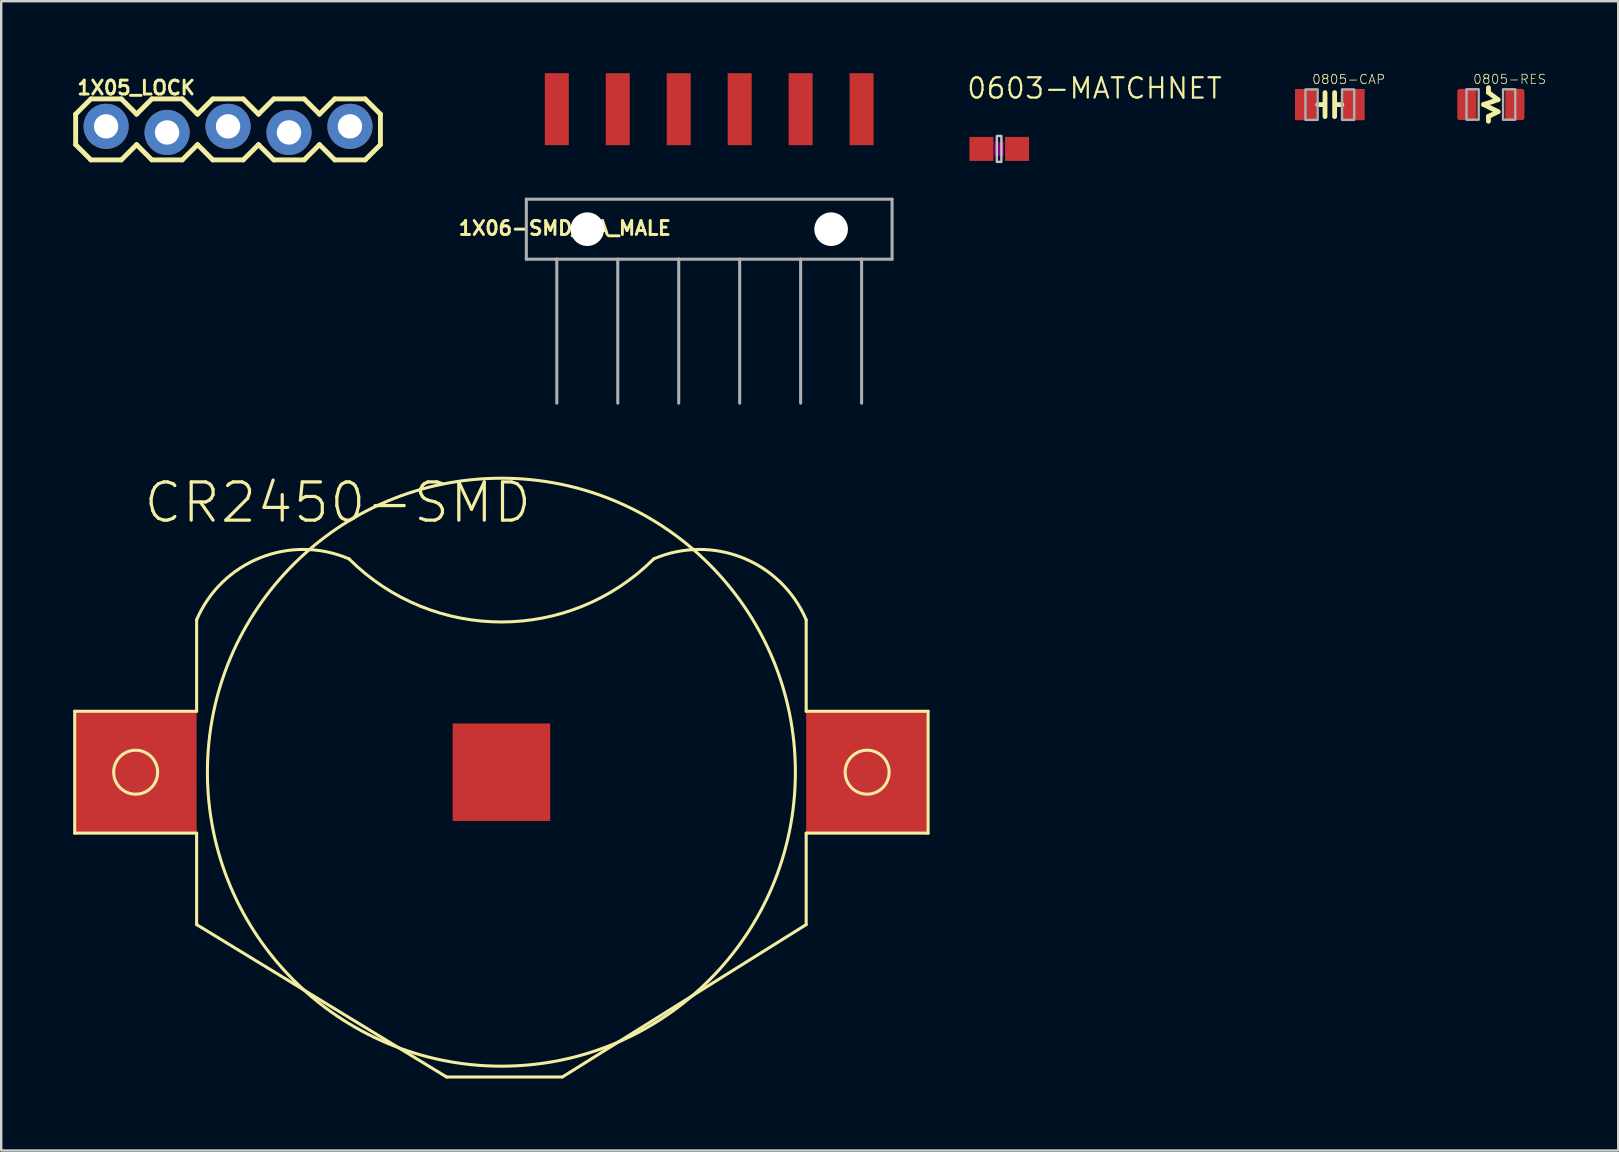
<source format=kicad_pcb>
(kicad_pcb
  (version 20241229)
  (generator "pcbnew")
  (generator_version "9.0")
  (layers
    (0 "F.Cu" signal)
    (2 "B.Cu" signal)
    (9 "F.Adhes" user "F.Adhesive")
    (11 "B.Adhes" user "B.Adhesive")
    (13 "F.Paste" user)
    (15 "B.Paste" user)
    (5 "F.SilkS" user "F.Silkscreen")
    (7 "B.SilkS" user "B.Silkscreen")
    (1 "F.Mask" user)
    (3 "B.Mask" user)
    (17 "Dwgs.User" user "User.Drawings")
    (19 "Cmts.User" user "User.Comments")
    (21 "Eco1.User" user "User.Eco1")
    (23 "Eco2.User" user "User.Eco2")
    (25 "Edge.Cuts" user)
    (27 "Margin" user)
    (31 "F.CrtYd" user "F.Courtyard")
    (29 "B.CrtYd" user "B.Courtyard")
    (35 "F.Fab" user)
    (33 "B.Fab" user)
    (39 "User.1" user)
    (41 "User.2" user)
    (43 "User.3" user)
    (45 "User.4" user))
  (footprint "0805-CAP"
    (layer "F.Cu")
    (at 52.363 1.309)
    (property "Reference" "0805-CAP" (at -0.762 -0.826 0) (layer "F.SilkS") (effects (font (size 0.386 0.386) (thickness 0.033)) (justify left bottom)))
    (attr through_hole)
    (fp_line (start -0.3 0) (end -0.5 0) (stroke (width 0.2) (type solid)) (layer "F.SilkS"))
    (fp_line (start -0.2 -0.5) (end -0.2 0.5) (stroke (width 0.2) (type solid)) (layer "F.SilkS"))
    (fp_line (start 0.2 -0.5) (end 0.2 0.5) (stroke (width 0.2) (type solid)) (layer "F.SilkS"))
    (fp_line (start 0.3 0) (end 0.5 0) (stroke (width 0.2) (type solid)) (layer "F.SilkS"))
    (fp_poly (pts (xy -1.016 0.635) (xy -0.508 0.635) (xy -0.508 -0.635) (xy -1.016 -0.635)) (stroke (width 0.1) (type solid)) (fill no) (layer "F.Fab"))
    (fp_poly (pts (xy 0.508 0.635) (xy 1.016 0.635) (xy 1.016 -0.635) (xy 0.508 -0.635)) (stroke (width 0.1) (type solid)) (fill no) (layer "F.Fab"))
    (pad "1" smd rect (at -1 0) (size 0.902 1.3) (layers "F.Cu" "F.Mask" "F.Paste"))
    (pad "2" smd rect (at 1 0) (size 0.902 1.3) (layers "F.Cu" "F.Mask" "F.Paste")))
  (footprint "0603-MATCHNET"
    (layer "F.Cu")
    (at 38.582 3.155)
    (property "Reference" "0603-MATCHNET" (at -1.397 -2.032 0) (layer "F.SilkS") (effects (font (size 0.845 0.845) (thickness 0.093)) (justify left bottom)))
    (attr through_hole)
    (fp_poly (pts (xy -0.2 0.3) (xy 0.2 0.3) (xy 0.2 -0.3) (xy -0.2 -0.3)) (stroke (width 0) (type solid)) (fill yes) (layer "F.Adhes"))
    (fp_poly (pts (xy -0.095 -0.54) (xy 0.095 -0.54) (xy 0.095 0.54) (xy -0.095 0.54)) (stroke (width 0.1) (type solid)) (fill no) (layer "Dwgs.User"))
    (pad "1" smd rect (at -0.736 0) (size 1 1) (layers "F.Cu" "F.Mask" "F.Paste"))
    (pad "2" smd rect (at 0.748 0) (size 1 1) (layers "F.Cu" "F.Mask" "F.Paste")))
  (footprint "0805-RES"
    (layer "F.Cu")
    (at 59.073 1.304)
    (property "Reference" "0805-RES" (at -0.762 -0.826 180) (layer "F.SilkS") (effects (font (size 0.386 0.386) (thickness 0.031)) (justify left bottom)))
    (attr through_hole)
    (fp_line (start -0.3 0) (end 0.3 0.3) (stroke (width 0.2) (type solid)) (layer "F.SilkS"))
    (fp_line (start -0.1 -0.7) (end -0.1 -0.5) (stroke (width 0.2) (type solid)) (layer "F.SilkS"))
    (fp_line (start -0.1 -0.5) (end 0.3 -0.2) (stroke (width 0.2) (type solid)) (layer "F.SilkS"))
    (fp_line (start -0.1 0.5) (end -0.1 0.7) (stroke (width 0.2) (type solid)) (layer "F.SilkS"))
    (fp_line (start 0.3 -0.2) (end -0.3 0) (stroke (width 0.2) (type solid)) (layer "F.SilkS"))
    (fp_line (start 0.3 0.3) (end -0.1 0.5) (stroke (width 0.2) (type solid)) (layer "F.SilkS"))
    (fp_poly (pts (xy -1.016 0.635) (xy -0.508 0.635) (xy -0.508 -0.635) (xy -1.016 -0.635)) (stroke (width 0.1) (type solid)) (fill no) (layer "F.Fab"))
    (fp_poly (pts (xy 0.508 0.635) (xy 1.016 0.635) (xy 1.016 -0.635) (xy 0.508 -0.635)) (stroke (width 0.1) (type solid)) (fill no) (layer "F.Fab"))
    (pad "1" smd roundrect (at -1 0) (size 0.8 1.3) (layers "F.Cu" "F.Mask" "F.Paste") (roundrect_rratio 0.125))
    (pad "2" smd roundrect (at 1 0) (size 0.8 1.3) (layers "F.Cu" "F.Mask" "F.Paste") (roundrect_rratio 0.125)))
  (footprint "CR2450-SMD"
    (layer "F.Cu")
    (at 17.843 29.127)
    (property "Reference" "CR2450-SMD" (at -14.986 -10.302 0) (layer "F.SilkS") (effects (font (size 1.593 1.593) (thickness 0.134)) (justify left bottom)))
    (attr through_hole)
    (fp_poly (pts (xy -11.032 0.381) (xy -11.022 -0.324) (xy -10.967 -1.027) (xy -10.869 -1.725) (xy -10.727 -2.416) (xy -10.542 -3.096) (xy -10.314 -3.764) (xy -10.045 -4.415) (xy -9.736 -5.049) (xy -9.387 -5.662) (xy -9.001 -6.252) (xy -8.578 -6.816) (xy -8.121 -7.353) (xy -7.631 -7.86) (xy -7.11 -8.335) (xy -6.56 -8.777) (xy -5.984 -9.183) (xy -5.383 -9.552) (xy -4.76 -9.883) (xy -4.118 -10.174) (xy -3.459 -10.424) (xy -2.785 -10.632) (xy -2.1 -10.798) (xy -1.405 -10.92) (xy 0 -11.032) (xy 0.696 -10.998) (xy 1.389 -10.921) (xy 2.076 -10.8) (xy 2.753 -10.636) (xy 3.419 -10.43) (xy 4.071 -10.183) (xy 4.706 -9.895) (xy 5.322 -9.568) (xy 5.916 -9.203) (xy 6.485 -8.801) (xy 7.029 -8.364) (xy 7.544 -7.894) (xy 8.028 -7.393) (xy 8.48 -6.862) (xy 8.898 -6.304) (xy 9.28 -5.721) (xy 9.624 -5.115) (xy 9.93 -4.488) (xy 10.196 -3.844) (xy 10.421 -3.184) (xy 10.604 -2.511) (xy 10.744 -1.828) (xy 10.841 -1.138) (xy 10.905 0.254) (xy 10.884 0.931) (xy 10.82 1.605) (xy 10.714 2.274) (xy 10.566 2.934) (xy 10.377 3.585) (xy 10.148 4.222) (xy 9.879 4.843) (xy 9.572 5.446) (xy 9.227 6.029) (xy 8.847 6.589) (xy 8.432 7.124) (xy 7.984 7.632) (xy 7.505 8.111) (xy 6.997 8.559) (xy 6.462 8.974) (xy 5.902 9.354) (xy 5.319 9.699) (xy 4.716 10.006) (xy 4.095 10.275) (xy 3.458 10.504) (xy 2.807 10.693) (xy 2.147 10.841) (xy 1.478 10.947) (xy 0.127 11.032) (xy -0.558 11.026) (xy -1.242 10.978) (xy -1.921 10.886) (xy -2.593 10.753) (xy -3.255 10.577) (xy -3.905 10.36) (xy -4.54 10.102) (xy -5.158 9.805) (xy -5.756 9.47) (xy -6.331 9.099) (xy -6.882 8.691) (xy -7.407 8.25) (xy -7.903 7.777) (xy -8.368 7.274) (xy -8.8 6.742) (xy -9.198 6.185) (xy -9.561 5.603) (xy -9.886 5) (xy -10.173 4.378) (xy -10.42 3.738) (xy -10.626 3.085) (xy -10.791 2.42) (xy -10.914 1.746)) (stroke (width 0) (type solid)) (fill yes) (layer "F.Mask"))
    (fp_line (start -17.78 -2.54) (end -17.78 2.54) (stroke (width 0.127) (type solid)) (layer "F.SilkS"))
    (fp_line (start -17.78 2.54) (end -12.7 2.54) (stroke (width 0.127) (type solid)) (layer "F.SilkS"))
    (fp_line (start -12.7 -6.35) (end -12.7 -2.54) (stroke (width 0.127) (type solid)) (layer "F.SilkS"))
    (fp_line (start -12.7 -2.54) (end -17.78 -2.54) (stroke (width 0.127) (type solid)) (layer "F.SilkS"))
    (fp_line (start -12.7 2.54) (end -12.7 6.35) (stroke (width 0.127) (type solid)) (layer "F.SilkS"))
    (fp_line (start -12.7 6.35) (end -2.286 12.7) (stroke (width 0.127) (type solid)) (layer "F.SilkS"))
    (fp_line (start -2.286 12.7) (end 2.54 12.7) (stroke (width 0.127) (type solid)) (layer "F.SilkS"))
    (fp_line (start 2.54 12.7) (end 12.7 6.35) (stroke (width 0.127) (type solid)) (layer "F.SilkS"))
    (fp_line (start 12.7 -2.54) (end 12.7 -6.35) (stroke (width 0.127) (type solid)) (layer "F.SilkS"))
    (fp_line (start 12.7 2.54) (end 17.78 2.54) (stroke (width 0.127) (type solid)) (layer "F.SilkS"))
    (fp_line (start 12.7 6.35) (end 12.7 2.54) (stroke (width 0.127) (type solid)) (layer "F.SilkS"))
    (fp_line (start 17.78 -2.54) (end 12.7 -2.54) (stroke (width 0.127) (type solid)) (layer "F.SilkS"))
    (fp_line (start 17.78 2.54) (end 17.78 -2.54) (stroke (width 0.127) (type solid)) (layer "F.SilkS"))
    (fp_arc (start -12.7 -6.35) (mid -10.051051 -8.935128) (end -6.35 -8.89) (stroke (width 0.127) (type solid)) (layer "F.SilkS"))
    (fp_arc (start 6.35 -8.89) (mid 0 -6.259744) (end -6.35 -8.89) (stroke (width 0.127) (type solid)) (layer "F.SilkS"))
    (fp_arc (start 6.35 -8.89) (mid 10.051051 -8.935128) (end 12.7 -6.35) (stroke (width 0.127) (type solid)) (layer "F.SilkS"))
    (fp_circle (center -15.24 0) (end -14.324 0) (stroke (width 0.127) (type solid)) (fill no) (layer "F.SilkS"))
    (fp_circle (center 0 0) (end 12.25 0) (stroke (width 0.127) (type solid)) (fill no) (layer "F.SilkS"))
    (fp_circle (center 15.24 0) (end 16.156 0) (stroke (width 0.127) (type solid)) (fill no) (layer "F.SilkS"))
    (pad "+$1" smd rect (at -15.24 0) (size 5.08 5.08) (layers "F.Cu" "F.Mask" "F.Paste"))
    (pad "+$2" smd rect (at 15.24 0) (size 5.08 5.08) (layers "F.Cu" "F.Mask" "F.Paste"))
    (pad "-" smd rect (at 0 0) (size 4.064 4.064) (layers "F.Cu" "F.Mask" "F.Paste")))
  (footprint "1X06-SMD_RA_MALE"
    (layer "F.Cu")
    (at 26.502 6.5)
    (property "Reference" "1X06-SMD_RA_MALE" (at -1.524 -0.381 0) (layer "F.SilkS") (effects (font (size 0.579 0.579) (thickness 0.122)) (justify right top)))
    (attr through_hole)
    (fp_line (start -7.62 -1.25) (end -7.62 1.25) (stroke (width 0.127) (type solid)) (layer "F.Fab"))
    (fp_line (start -7.62 1.25) (end -6.35 1.25) (stroke (width 0.127) (type solid)) (layer "F.Fab"))
    (fp_line (start -6.35 1.25) (end -6.35 7.25) (stroke (width 0.127) (type solid)) (layer "F.Fab"))
    (fp_line (start -6.35 1.25) (end -3.81 1.25) (stroke (width 0.127) (type solid)) (layer "F.Fab"))
    (fp_line (start -3.81 1.25) (end -3.81 7.25) (stroke (width 0.127) (type solid)) (layer "F.Fab"))
    (fp_line (start -3.81 1.25) (end -1.27 1.25) (stroke (width 0.127) (type solid)) (layer "F.Fab"))
    (fp_line (start -1.27 1.25) (end -1.27 7.25) (stroke (width 0.127) (type solid)) (layer "F.Fab"))
    (fp_line (start -1.27 1.25) (end 1.27 1.25) (stroke (width 0.127) (type solid)) (layer "F.Fab"))
    (fp_line (start 1.27 1.25) (end 1.27 7.25) (stroke (width 0.127) (type solid)) (layer "F.Fab"))
    (fp_line (start 1.27 1.25) (end 3.81 1.25) (stroke (width 0.127) (type solid)) (layer "F.Fab"))
    (fp_line (start 3.81 1.25) (end 3.81 7.25) (stroke (width 0.127) (type solid)) (layer "F.Fab"))
    (fp_line (start 3.81 1.25) (end 6.35 1.25) (stroke (width 0.127) (type solid)) (layer "F.Fab"))
    (fp_line (start 6.35 1.25) (end 6.35 7.25) (stroke (width 0.127) (type solid)) (layer "F.Fab"))
    (fp_line (start 6.35 1.25) (end 7.62 1.25) (stroke (width 0.127) (type solid)) (layer "F.Fab"))
    (fp_line (start 7.62 -1.25) (end -7.62 -1.25) (stroke (width 0.127) (type solid)) (layer "F.Fab"))
    (fp_line (start 7.62 1.25) (end 7.62 -1.25) (stroke (width 0.127) (type solid)) (layer "F.Fab"))
    (pad "" np_thru_hole circle (at -5.08 0) (size 1.4 1.4) (drill 1.4) (layers "*.Cu" "*.Mask"))
    (pad "" np_thru_hole circle (at 5.08 0) (size 1.4 1.4) (drill 1.4) (layers "*.Cu" "*.Mask"))
    (pad "1" smd rect (at -6.35 -5 90) (size 3 1) (layers "F.Cu" "F.Mask" "F.Paste"))
    (pad "2" smd rect (at -3.81 -5 90) (size 3 1) (layers "F.Cu" "F.Mask" "F.Paste"))
    (pad "3" smd rect (at -1.27 -5 90) (size 3 1) (layers "F.Cu" "F.Mask" "F.Paste"))
    (pad "4" smd rect (at 1.27 -5 90) (size 3 1) (layers "F.Cu" "F.Mask" "F.Paste"))
    (pad "5" smd rect (at 3.81 -5 90) (size 3 1) (layers "F.Cu" "F.Mask" "F.Paste"))
    (pad "6" smd rect (at 6.35 -5 90) (size 3 1) (layers "F.Cu" "F.Mask" "F.Paste")))
  (footprint "1X05_LOCK"
    (layer "F.Cu")
    (at 1.372 2.342)
    (property "Reference" "1X05_LOCK" (at -1.27 -1.397 0) (layer "F.SilkS") (effects (font (size 0.579 0.579) (thickness 0.122)) (justify left bottom)))
    (attr through_hole)
    (fp_line (start -1.27 -0.635) (end -1.27 0.635) (stroke (width 0.203) (type solid)) (layer "F.SilkS"))
    (fp_line (start -1.27 0.635) (end -0.635 1.27) (stroke (width 0.203) (type solid)) (layer "F.SilkS"))
    (fp_line (start -0.635 -1.27) (end -1.27 -0.635) (stroke (width 0.203) (type solid)) (layer "F.SilkS"))
    (fp_line (start -0.635 -1.27) (end 0.635 -1.27) (stroke (width 0.203) (type solid)) (layer "F.SilkS"))
    (fp_line (start 0.635 -1.27) (end 1.27 -0.635) (stroke (width 0.203) (type solid)) (layer "F.SilkS"))
    (fp_line (start 0.635 1.27) (end -0.635 1.27) (stroke (width 0.203) (type solid)) (layer "F.SilkS"))
    (fp_line (start 1.27 -0.635) (end 1.905 -1.27) (stroke (width 0.203) (type solid)) (layer "F.SilkS"))
    (fp_line (start 1.27 0.635) (end 0.635 1.27) (stroke (width 0.203) (type solid)) (layer "F.SilkS"))
    (fp_line (start 1.905 -1.27) (end 3.175 -1.27) (stroke (width 0.203) (type solid)) (layer "F.SilkS"))
    (fp_line (start 1.905 1.27) (end 1.27 0.635) (stroke (width 0.203) (type solid)) (layer "F.SilkS"))
    (fp_line (start 3.175 -1.27) (end 3.81 -0.635) (stroke (width 0.203) (type solid)) (layer "F.SilkS"))
    (fp_line (start 3.175 1.27) (end 1.905 1.27) (stroke (width 0.203) (type solid)) (layer "F.SilkS"))
    (fp_line (start 3.81 -0.635) (end 4.445 -1.27) (stroke (width 0.203) (type solid)) (layer "F.SilkS"))
    (fp_line (start 3.81 0.635) (end 3.175 1.27) (stroke (width 0.203) (type solid)) (layer "F.SilkS"))
    (fp_line (start 4.445 -1.27) (end 5.715 -1.27) (stroke (width 0.203) (type solid)) (layer "F.SilkS"))
    (fp_line (start 4.445 1.27) (end 3.81 0.635) (stroke (width 0.203) (type solid)) (layer "F.SilkS"))
    (fp_line (start 5.715 -1.27) (end 6.35 -0.635) (stroke (width 0.203) (type solid)) (layer "F.SilkS"))
    (fp_line (start 5.715 1.27) (end 4.445 1.27) (stroke (width 0.203) (type solid)) (layer "F.SilkS"))
    (fp_line (start 6.35 0.635) (end 5.715 1.27) (stroke (width 0.203) (type solid)) (layer "F.SilkS"))
    (fp_line (start 6.35 0.635) (end 6.985 1.27) (stroke (width 0.203) (type solid)) (layer "F.SilkS"))
    (fp_line (start 6.985 -1.27) (end 6.35 -0.635) (stroke (width 0.203) (type solid)) (layer "F.SilkS"))
    (fp_line (start 6.985 -1.27) (end 8.255 -1.27) (stroke (width 0.203) (type solid)) (layer "F.SilkS"))
    (fp_line (start 8.255 -1.27) (end 8.89 -0.635) (stroke (width 0.203) (type solid)) (layer "F.SilkS"))
    (fp_line (start 8.255 1.27) (end 6.985 1.27) (stroke (width 0.203) (type solid)) (layer "F.SilkS"))
    (fp_line (start 8.89 -0.635) (end 9.525 -1.27) (stroke (width 0.203) (type solid)) (layer "F.SilkS"))
    (fp_line (start 8.89 0.635) (end 8.255 1.27) (stroke (width 0.203) (type solid)) (layer "F.SilkS"))
    (fp_line (start 9.525 -1.27) (end 10.795 -1.27) (stroke (width 0.203) (type solid)) (layer "F.SilkS"))
    (fp_line (start 9.525 1.27) (end 8.89 0.635) (stroke (width 0.203) (type solid)) (layer "F.SilkS"))
    (fp_line (start 10.795 -1.27) (end 11.43 -0.635) (stroke (width 0.203) (type solid)) (layer "F.SilkS"))
    (fp_line (start 10.795 1.27) (end 9.525 1.27) (stroke (width 0.203) (type solid)) (layer "F.SilkS"))
    (fp_line (start 11.43 -0.635) (end 11.43 0.635) (stroke (width 0.203) (type solid)) (layer "F.SilkS"))
    (fp_line (start 11.43 0.635) (end 10.795 1.27) (stroke (width 0.203) (type solid)) (layer "F.SilkS"))
    (fp_poly (pts (xy -0.254 0.254) (xy 0.254 0.254) (xy 0.254 -0.254) (xy -0.254 -0.254)) (stroke (width 0.1) (type solid)) (fill no) (layer "F.Fab"))
    (fp_poly (pts (xy 2.286 0.254) (xy 2.794 0.254) (xy 2.794 -0.254) (xy 2.286 -0.254)) (stroke (width 0.1) (type solid)) (fill no) (layer "F.Fab"))
    (fp_poly (pts (xy 4.826 0.254) (xy 5.334 0.254) (xy 5.334 -0.254) (xy 4.826 -0.254)) (stroke (width 0.1) (type solid)) (fill no) (layer "F.Fab"))
    (fp_poly (pts (xy 7.366 0.254) (xy 7.874 0.254) (xy 7.874 -0.254) (xy 7.366 -0.254)) (stroke (width 0.1) (type solid)) (fill no) (layer "F.Fab"))
    (fp_poly (pts (xy 9.906 0.254) (xy 10.414 0.254) (xy 10.414 -0.254) (xy 9.906 -0.254)) (stroke (width 0.1) (type solid)) (fill no) (layer "F.Fab"))
    (pad "1" thru_hole circle (at 0 -0.127 90) (size 1.88 1.88) (drill 1.016) (layers "*.Cu" "*.Mask"))
    (pad "2" thru_hole circle (at 2.54 0.127 90) (size 1.88 1.88) (drill 1.016) (layers "*.Cu" "*.Mask"))
    (pad "3" thru_hole circle (at 5.08 -0.127 90) (size 1.88 1.88) (drill 1.016) (layers "*.Cu" "*.Mask"))
    (pad "4" thru_hole circle (at 7.62 0.127 90) (size 1.88 1.88) (drill 1.016) (layers "*.Cu" "*.Mask"))
    (pad "5" thru_hole circle (at 10.16 -0.127 90) (size 1.88 1.88) (drill 1.016) (layers "*.Cu" "*.Mask")))
  (gr_rect
    (start -3 -3)
    (end 64.379 44.891)
    (stroke (width 0.1) (type default))
    (fill no)
    (layer "Edge.Cuts")))
</source>
